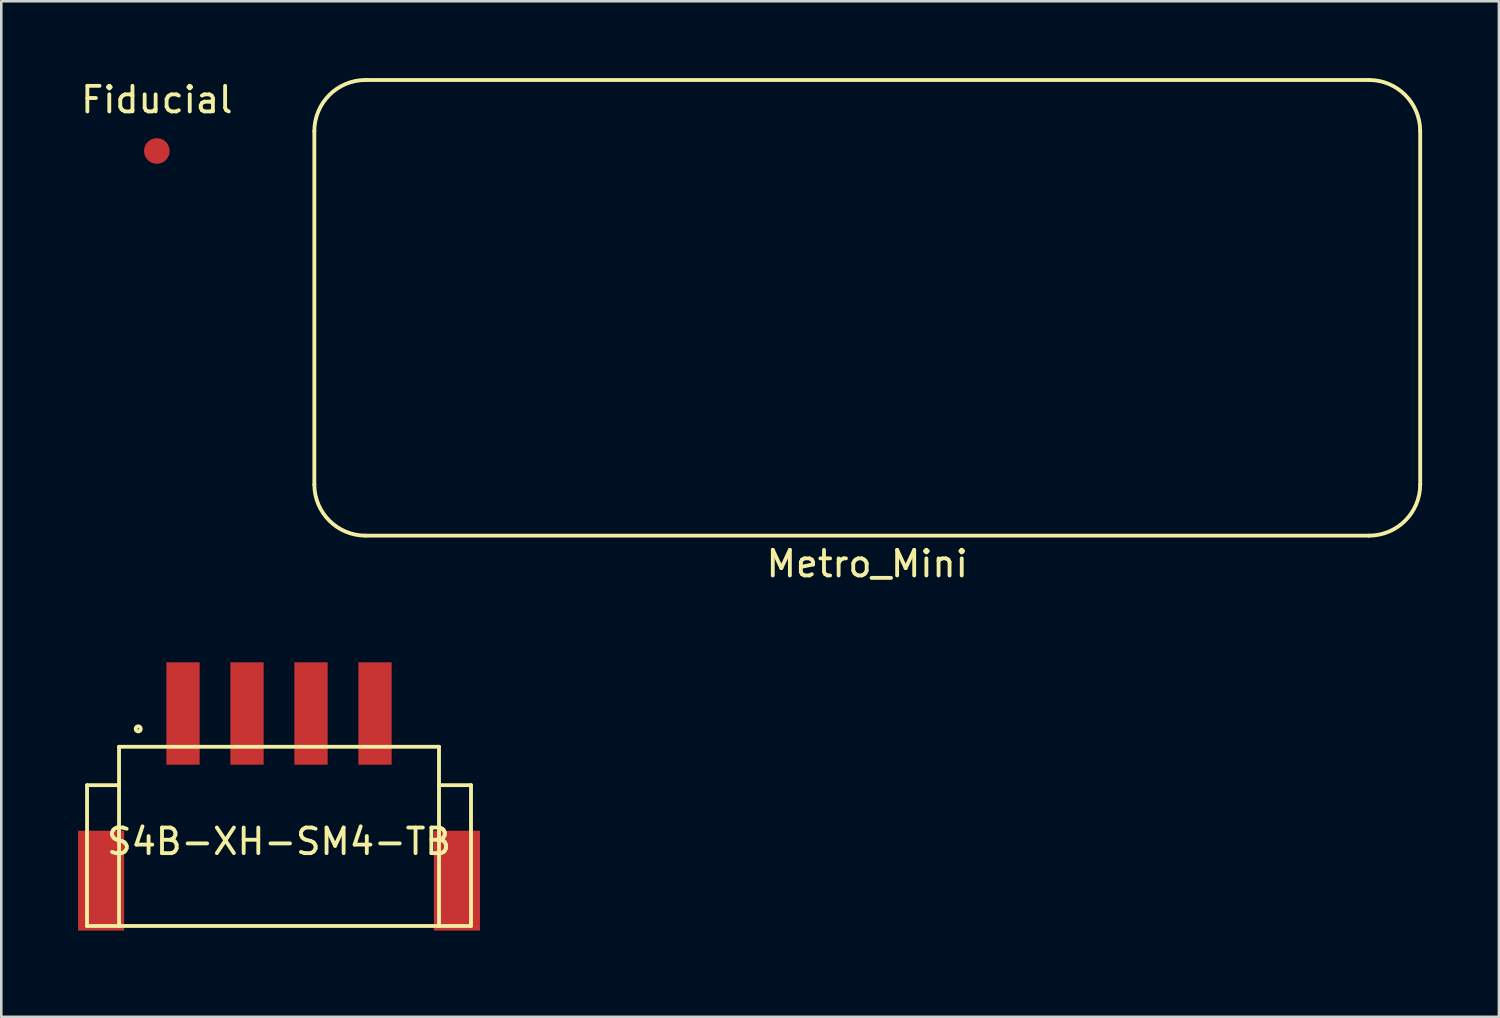
<source format=kicad_pcb>
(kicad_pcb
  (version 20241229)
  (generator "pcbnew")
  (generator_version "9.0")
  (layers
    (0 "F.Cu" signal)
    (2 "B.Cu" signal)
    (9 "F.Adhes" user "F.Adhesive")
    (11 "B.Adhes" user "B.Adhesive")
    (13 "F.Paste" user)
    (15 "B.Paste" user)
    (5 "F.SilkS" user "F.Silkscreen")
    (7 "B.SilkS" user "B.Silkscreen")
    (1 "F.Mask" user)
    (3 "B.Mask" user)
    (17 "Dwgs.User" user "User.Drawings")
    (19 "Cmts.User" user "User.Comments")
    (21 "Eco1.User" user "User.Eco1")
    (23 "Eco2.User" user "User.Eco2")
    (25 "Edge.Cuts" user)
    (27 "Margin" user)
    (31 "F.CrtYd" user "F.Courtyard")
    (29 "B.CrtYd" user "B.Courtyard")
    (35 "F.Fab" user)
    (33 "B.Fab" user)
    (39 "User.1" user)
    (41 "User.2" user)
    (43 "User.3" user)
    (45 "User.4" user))
  (footprint "Fiducial"
    (layer "F.Cu")
    (at 3.077 2.848)
    (property "Reference" "Fiducial" (at 0 -2 0) (layer "F.SilkS") (effects (font (size 1 1) (thickness 0.15))))
    (attr smd)
    (pad "1" smd circle (at 0 0) (size 1 1) (layers "F.Cu" "F.Mask")))
  (footprint "Metro_Mini"
    (layer "F.Cu")
    (at 30.83 8.975)
    (property "Reference" "Metro_Mini" (at 0 10 0) (layer "F.SilkS") (effects (font (size 1 1) (thickness 0.15))))
    (attr through_hole)
    (fp_line (start -21.6 6.9) (end -21.6 -6.9) (stroke (width 0.15) (type solid)) (layer "F.SilkS"))
    (fp_line (start -19.6 -8.9) (end 19.6 -8.9) (stroke (width 0.15) (type solid)) (layer "F.SilkS"))
    (fp_line (start 19.6 8.9) (end -19.6 8.9) (stroke (width 0.15) (type solid)) (layer "F.SilkS"))
    (fp_line (start 21.6 -6.9) (end 21.6 6.9) (stroke (width 0.15) (type solid)) (layer "F.SilkS"))
    (fp_arc (start -21.6 -6.9) (mid -21.014214 -8.314214) (end -19.6 -8.9) (stroke (width 0.15) (type solid)) (layer "F.SilkS"))
    (fp_arc (start -19.6 8.9) (mid -21.014214 8.314214) (end -21.6 6.9) (stroke (width 0.15) (type solid)) (layer "F.SilkS"))
    (fp_arc (start 19.6 -8.9) (mid 21.014214 -8.314214) (end 21.6 -6.9) (stroke (width 0.15) (type solid)) (layer "F.SilkS"))
    (fp_arc (start 21.6 6.9) (mid 21.014214 8.314214) (end 19.6 8.9) (stroke (width 0.15) (type solid)) (layer "F.SilkS")))
  (footprint "S4B-XH-SM4-TB"
    (layer "F.Cu")
    (at 7.85 33.423)
    (property "Reference" "S4B-XH-SM4-TB" (at 0 -3.6 0) (layer "F.SilkS") (effects (font (size 1 1) (thickness 0.15))))
    (attr through_hole)
    (fp_line (start -7.5 -5.8) (end -6.25 -5.8) (stroke (width 0.15) (type solid)) (layer "F.SilkS"))
    (fp_line (start -7.5 -0.3) (end -7.5 -5.8) (stroke (width 0.15) (type solid)) (layer "F.SilkS"))
    (fp_line (start -6.25 -7.3) (end 6.25 -7.3) (stroke (width 0.15) (type solid)) (layer "F.SilkS"))
    (fp_line (start -6.25 -0.3) (end -6.25 -7.3) (stroke (width 0.15) (type solid)) (layer "F.SilkS"))
    (fp_line (start 6.25 -7.3) (end 6.25 -0.3) (stroke (width 0.15) (type solid)) (layer "F.SilkS"))
    (fp_line (start 7.5 -5.8) (end 6.25 -5.8) (stroke (width 0.15) (type solid)) (layer "F.SilkS"))
    (fp_line (start 7.5 -0.3) (end -7.5 -0.3) (stroke (width 0.15) (type solid)) (layer "F.SilkS"))
    (fp_line (start 7.5 -0.3) (end 7.5 -5.8) (stroke (width 0.15) (type solid)) (layer "F.SilkS"))
    (fp_circle (center -5.5 -8) (end -5.5 -7.9) (stroke (width 0.15) (type solid)) (fill no) (layer "F.SilkS"))
    (pad "0" smd rect (at -6.95 -2.07) (size 1.8 3.9) (layers "F.Cu" "F.Mask" "F.Paste"))
    (pad "0" smd rect (at 6.95 -2.07) (size 1.8 3.9) (layers "F.Cu" "F.Mask" "F.Paste"))
    (pad "1" smd rect (at -3.75 -8.6) (size 1.3 4) (layers "F.Cu" "F.Mask" "F.Paste"))
    (pad "2" smd rect (at -1.25 -8.6) (size 1.3 4) (layers "F.Cu" "F.Mask" "F.Paste"))
    (pad "3" smd rect (at 1.25 -8.6) (size 1.3 4) (layers "F.Cu" "F.Mask" "F.Paste"))
    (pad "4" smd rect (at 3.75 -8.6) (size 1.3 4) (layers "F.Cu" "F.Mask" "F.Paste")))
  (gr_rect
    (start -3 -3)
    (end 55.505 36.673)
    (stroke (width 0.1) (type default))
    (fill no)
    (layer "Edge.Cuts")))
</source>
